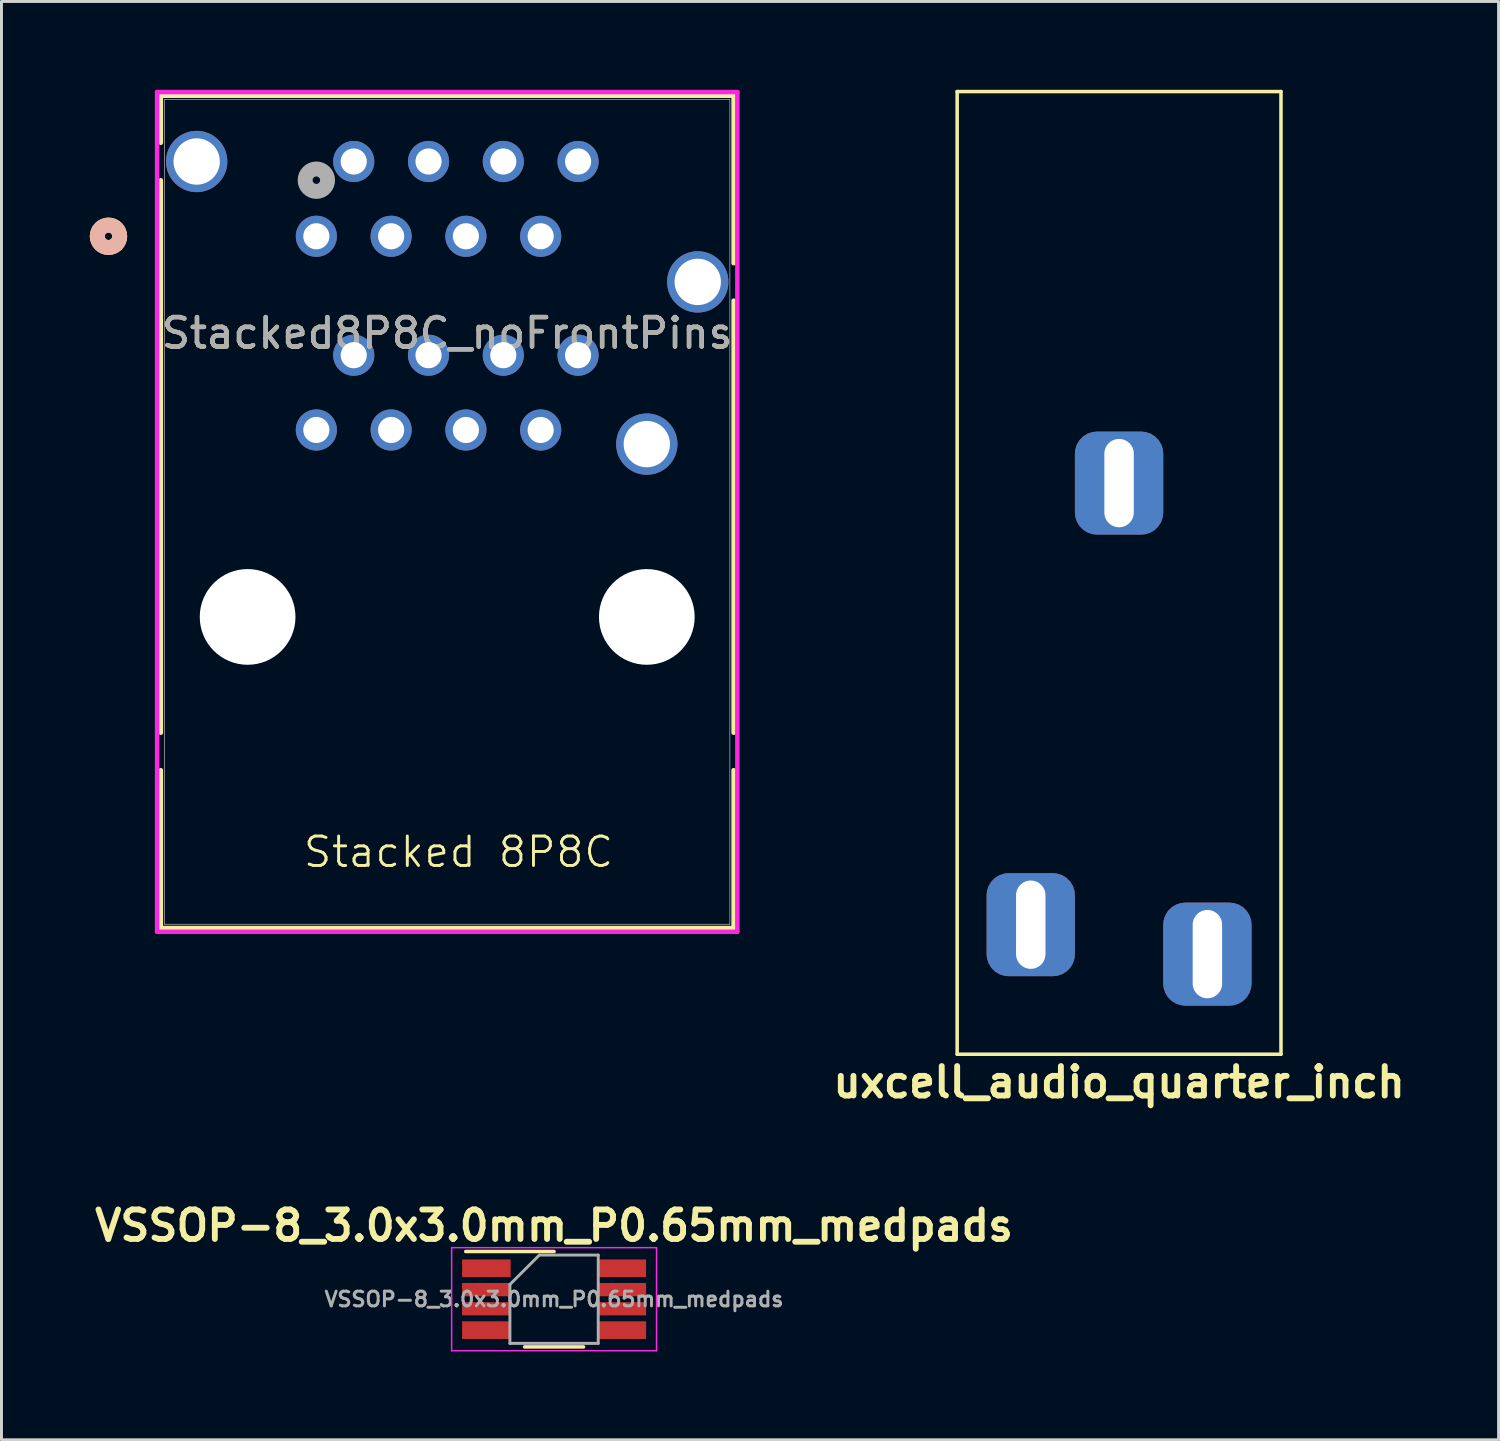
<source format=kicad_pcb>
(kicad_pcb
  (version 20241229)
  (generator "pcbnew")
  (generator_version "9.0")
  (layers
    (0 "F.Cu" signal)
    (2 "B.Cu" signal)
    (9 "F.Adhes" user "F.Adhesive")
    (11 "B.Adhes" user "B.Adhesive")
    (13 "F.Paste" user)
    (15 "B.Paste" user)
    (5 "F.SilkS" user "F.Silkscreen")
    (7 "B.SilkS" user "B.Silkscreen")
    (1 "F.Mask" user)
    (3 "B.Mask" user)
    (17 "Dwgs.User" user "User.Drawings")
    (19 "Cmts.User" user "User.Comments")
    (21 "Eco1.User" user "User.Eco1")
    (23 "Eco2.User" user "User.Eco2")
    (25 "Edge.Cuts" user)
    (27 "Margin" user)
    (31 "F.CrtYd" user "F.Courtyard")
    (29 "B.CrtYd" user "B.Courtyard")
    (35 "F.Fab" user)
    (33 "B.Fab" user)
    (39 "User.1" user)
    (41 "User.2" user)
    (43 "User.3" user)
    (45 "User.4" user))
  (footprint "VSSOP-8_3.0x3.0mm_P0.65mm_medpads"
    (layer "F.Cu")
    (at 15.771 41.082)
    (property "Reference" "VSSOP-8_3.0x3.0mm_P0.65mm_medpads" (at 0 -2.5 0) (layer "F.SilkS") (effects (font (size 1 1) (thickness 0.2) (bold yes))))
    (attr smd)
    (fp_line (start 0 -1.62) (end -3 -1.62) (stroke (width 0.12) (type solid)) (layer "F.SilkS"))
    (fp_line (start 1 1.62) (end -1 1.62) (stroke (width 0.12) (type solid)) (layer "F.SilkS"))
    (fp_line (start -3.48 -1.75) (end 3.48 -1.75) (stroke (width 0.05) (type solid)) (layer "F.CrtYd"))
    (fp_line (start -3.48 1.75) (end -3.48 -1.75) (stroke (width 0.05) (type solid)) (layer "F.CrtYd"))
    (fp_line (start 3.48 -1.75) (end 3.48 1.75) (stroke (width 0.05) (type solid)) (layer "F.CrtYd"))
    (fp_line (start 3.48 1.75) (end -3.48 1.75) (stroke (width 0.05) (type solid)) (layer "F.CrtYd"))
    (fp_line (start -1.5 1.5) (end -1.5 -0.5) (stroke (width 0.1) (type solid)) (layer "F.Fab"))
    (fp_line (start -0.5 -1.5) (end -1.5 -0.5) (stroke (width 0.1) (type solid)) (layer "F.Fab"))
    (fp_line (start -0.5 -1.5) (end 1.5 -1.5) (stroke (width 0.1) (type solid)) (layer "F.Fab"))
    (fp_line (start 1.5 -1.5) (end 1.5 1.5) (stroke (width 0.1) (type solid)) (layer "F.Fab"))
    (fp_line (start 1.5 1.5) (end -1.5 1.5) (stroke (width 0.1) (type solid)) (layer "F.Fab"))
    (fp_text user "${REFERENCE}" (at 0 0 0) (layer "F.Fab") (effects (font (size 0.5 0.5) (thickness 0.1))))
    (pad "1" smd rect (at -2.3 -1.05 270) (size 0.6 1.65) (layers "F.Cu" "F.Mask" "F.Paste"))
    (pad "2" smd rect (at -2.3 -0.325 270) (size 0.45 1.65) (layers "F.Cu" "F.Mask" "F.Paste"))
    (pad "3" smd rect (at -2.3 0.325 270) (size 0.45 1.65) (layers "F.Cu" "F.Mask" "F.Paste"))
    (pad "4" smd rect (at -2.3 1.05 270) (size 0.6 1.65) (layers "F.Cu" "F.Mask" "F.Paste"))
    (pad "5" smd rect (at 2.3 1.05 270) (size 0.6 1.65) (layers "F.Cu" "F.Mask" "F.Paste"))
    (pad "6" smd rect (at 2.3 0.325 270) (size 0.45 1.65) (layers "F.Cu" "F.Mask" "F.Paste"))
    (pad "7" smd rect (at 2.3 -0.325 270) (size 0.45 1.65) (layers "F.Cu" "F.Mask" "F.Paste"))
    (pad "8" smd rect (at 2.3 -1.05 270) (size 0.6 1.65) (layers "F.Cu" "F.Mask" "F.Paste")))
  (footprint "Stacked8P8C_noFrontPins"
    (layer "F.Cu")
    (at 7.696 4.976)
    (property "Reference" "Stacked8P8C_noFrontPins" (at 4.445 3.29 0) (unlocked yes) (layer "F.SilkS") (effects (font (size 1 1) (thickness 0.15))))
    (attr through_hole)
    (fp_line (start -5.283 -4.773) (end -5.283 -3.176) (stroke (width 0.152) (type solid)) (layer "F.SilkS"))
    (fp_line (start -5.283 -1.904) (end -5.283 16.864) (stroke (width 0.152) (type solid)) (layer "F.SilkS"))
    (fp_line (start -5.283 18.136) (end -5.283 23.497) (stroke (width 0.152) (type solid)) (layer "F.SilkS"))
    (fp_line (start -5.283 23.497) (end 14.173 23.497) (stroke (width 0.152) (type solid)) (layer "F.SilkS"))
    (fp_line (start 14.173 -4.773) (end -5.283 -4.773) (stroke (width 0.152) (type solid)) (layer "F.SilkS"))
    (fp_line (start 14.173 0.914) (end 14.173 -4.773) (stroke (width 0.152) (type solid)) (layer "F.SilkS"))
    (fp_line (start 14.173 16.864) (end 14.173 2.186) (stroke (width 0.152) (type solid)) (layer "F.SilkS"))
    (fp_line (start 14.173 23.497) (end 14.173 18.136) (stroke (width 0.152) (type solid)) (layer "F.SilkS"))
    (fp_circle (center -7.061 0) (end -6.68 0) (stroke (width 0.508) (type solid)) (fill no) (layer "F.SilkS"))
    (fp_circle (center -7.061 0) (end -6.68 0) (stroke (width 0.508) (type solid)) (fill no) (layer "B.SilkS"))
    (fp_line (start -5.41 -4.9) (end -5.41 23.624) (stroke (width 0.152) (type solid)) (layer "F.CrtYd"))
    (fp_line (start -5.41 23.624) (end 14.3 23.624) (stroke (width 0.152) (type solid)) (layer "F.CrtYd"))
    (fp_line (start 14.3 -4.9) (end -5.41 -4.9) (stroke (width 0.152) (type solid)) (layer "F.CrtYd"))
    (fp_line (start 14.3 23.624) (end 14.3 -4.9) (stroke (width 0.152) (type solid)) (layer "F.CrtYd"))
    (fp_line (start -5.156 -4.646) (end -5.156 23.37) (stroke (width 0.025) (type solid)) (layer "F.Fab"))
    (fp_line (start -5.156 23.37) (end 14.046 23.37) (stroke (width 0.025) (type solid)) (layer "F.Fab"))
    (fp_line (start 14.046 -4.646) (end -5.156 -4.646) (stroke (width 0.025) (type solid)) (layer "F.Fab"))
    (fp_line (start 14.046 23.37) (end 14.046 -4.646) (stroke (width 0.025) (type solid)) (layer "F.Fab"))
    (fp_circle (center 0 -1.905) (end 0.381 -1.905) (stroke (width 0.508) (type solid)) (fill no) (layer "F.Fab"))
    (fp_text user "Stacked 8P8C" (at -0.5 21.5 0) (unlocked yes) (layer "F.SilkS") (effects (font (size 1 1) (thickness 0.1)) (justify left bottom)))
    (fp_text user "${REFERENCE}" (at 4.445 3.29 0) (unlocked yes) (layer "F.Fab") (effects (font (size 1 1) (thickness 0.15))))
    (pad "" np_thru_hole circle (at -2.335 12.93) (size 3.251 3.251) (drill 3.251) (layers "*.Cu" "*.Mask"))
    (pad "" np_thru_hole circle (at 11.225 12.93) (size 3.251 3.251) (drill 3.251) (layers "*.Cu" "*.Mask"))
    (pad "1" thru_hole circle (at 0 0) (size 1.397 1.397) (drill 0.889) (layers "*.Cu" "*.Mask"))
    (pad "2" thru_hole circle (at 1.27 -2.54) (size 1.397 1.397) (drill 0.889) (layers "*.Cu" "*.Mask"))
    (pad "3" thru_hole circle (at 2.54 0) (size 1.397 1.397) (drill 0.889) (layers "*.Cu" "*.Mask"))
    (pad "4" thru_hole circle (at 3.81 -2.54) (size 1.397 1.397) (drill 0.889) (layers "*.Cu" "*.Mask"))
    (pad "5" thru_hole circle (at 5.08 0) (size 1.397 1.397) (drill 0.889) (layers "*.Cu" "*.Mask"))
    (pad "6" thru_hole circle (at 6.35 -2.54) (size 1.397 1.397) (drill 0.889) (layers "*.Cu" "*.Mask"))
    (pad "7" thru_hole circle (at 7.62 0) (size 1.397 1.397) (drill 0.889) (layers "*.Cu" "*.Mask"))
    (pad "8" thru_hole circle (at 8.89 -2.54) (size 1.397 1.397) (drill 0.889) (layers "*.Cu" "*.Mask"))
    (pad "9" thru_hole circle (at 0 6.58) (size 1.397 1.397) (drill 0.889) (layers "*.Cu" "*.Mask"))
    (pad "10" thru_hole circle (at 1.27 4.04) (size 1.397 1.397) (drill 0.889) (layers "*.Cu" "*.Mask"))
    (pad "11" thru_hole circle (at 2.54 6.58) (size 1.397 1.397) (drill 0.889) (layers "*.Cu" "*.Mask"))
    (pad "12" thru_hole circle (at 3.81 4.04) (size 1.397 1.397) (drill 0.889) (layers "*.Cu" "*.Mask"))
    (pad "13" thru_hole circle (at 5.08 6.58) (size 1.397 1.397) (drill 0.889) (layers "*.Cu" "*.Mask"))
    (pad "14" thru_hole circle (at 6.35 4.04) (size 1.397 1.397) (drill 0.889) (layers "*.Cu" "*.Mask"))
    (pad "15" thru_hole circle (at 7.62 6.58) (size 1.397 1.397) (drill 0.889) (layers "*.Cu" "*.Mask"))
    (pad "16" thru_hole circle (at 8.89 4.04) (size 1.397 1.397) (drill 0.889) (layers "*.Cu" "*.Mask"))
    (pad "17" thru_hole circle (at -4.065 -2.54) (size 2.083 2.083) (drill 1.575) (layers "*.Cu" "*.Mask"))
    (pad "18" thru_hole circle (at 12.955 1.55) (size 2.083 2.083) (drill 1.575) (layers "*.Cu" "*.Mask"))
    (pad "19" thru_hole circle (at 11.225 7.06) (size 2.083 2.083) (drill 1.575) (layers "*.Cu" "*.Mask")))
  (footprint "uxcell_audio_quarter_inch"
    (layer "F.Cu")
    (at 34.963 13.36)
    (property "Reference" "uxcell_audio_quarter_inch" (at 0 20.35 0) (layer "F.SilkS") (effects (font (size 1 1) (thickness 0.2) (bold yes))))
    (attr through_hole)
    (fp_line (start -5.5 -13.3) (end -5.5 19.4) (stroke (width 0.12) (type solid)) (layer "F.SilkS"))
    (fp_line (start -5.5 -13.3) (end 5.5 -13.3) (stroke (width 0.12) (type solid)) (layer "F.SilkS"))
    (fp_line (start -5.5 19.4) (end 5.5 19.4) (stroke (width 0.12) (type solid)) (layer "F.SilkS"))
    (fp_line (start 5.5 -13.3) (end 5.5 19.4) (stroke (width 0.12) (type solid)) (layer "F.SilkS"))
    (pad "S" thru_hole roundrect (at 0 0) (size 3 3.5) (drill oval 1 3) (layers "*.Cu" "*.Mask") (roundrect_rratio 0.25))
    (pad "T" thru_hole roundrect (at -3 15) (size 3 3.5) (drill oval 1 3) (layers "*.Cu" "*.Mask") (roundrect_rratio 0.25))
    (pad "TN" thru_hole roundrect (at 3 16) (size 3 3.5) (drill oval 1 3) (layers "*.Cu" "*.Mask") (roundrect_rratio 0.25)))
  (gr_rect
    (start -3 -3)
    (end 47.854 45.857)
    (stroke (width 0.1) (type default))
    (fill no)
    (layer "Edge.Cuts")))
</source>
